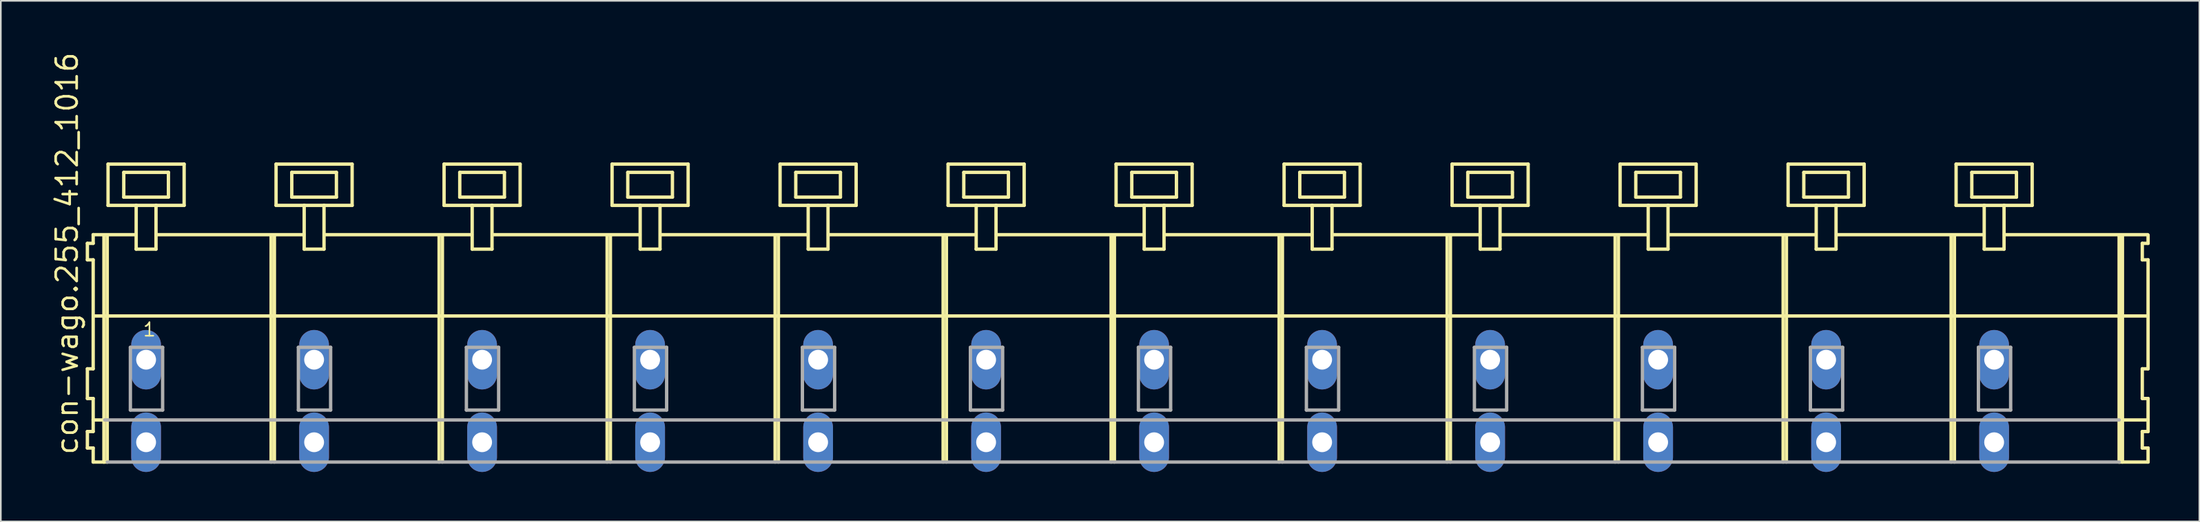
<source format=kicad_pcb>
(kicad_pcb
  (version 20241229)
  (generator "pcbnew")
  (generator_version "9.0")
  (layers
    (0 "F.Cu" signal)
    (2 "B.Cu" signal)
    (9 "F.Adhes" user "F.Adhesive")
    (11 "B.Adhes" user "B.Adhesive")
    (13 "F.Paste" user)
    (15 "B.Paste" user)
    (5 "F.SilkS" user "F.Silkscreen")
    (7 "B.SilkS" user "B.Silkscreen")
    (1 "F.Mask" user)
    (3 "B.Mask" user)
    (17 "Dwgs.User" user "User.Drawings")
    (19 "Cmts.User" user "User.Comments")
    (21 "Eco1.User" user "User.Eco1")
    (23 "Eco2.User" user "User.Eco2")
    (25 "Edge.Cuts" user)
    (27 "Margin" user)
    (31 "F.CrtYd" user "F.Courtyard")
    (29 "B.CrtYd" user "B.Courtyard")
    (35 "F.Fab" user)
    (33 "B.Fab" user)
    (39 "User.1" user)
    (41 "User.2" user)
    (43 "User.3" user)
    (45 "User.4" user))
  (footprint "con-wago.255_412_1016"
    (layer "F.Cu")
    (at 64.205 18.743)
    (property "Reference" "con-wago.255_412_1016" (at -62.455 5.855 90) (layer "F.SilkS") (effects (font (size 1.27 1.27) (thickness 0.16)) (justify left bottom)))
    (attr through_hole)
    (fp_line (start -61.97 -7.05) (end -61.97 -6.05) (stroke (width 0.203) (type default)) (layer "F.SilkS"))
    (fp_line (start -61.97 -6.05) (end -61.62 -6.05) (stroke (width 0.203) (type default)) (layer "F.SilkS"))
    (fp_line (start -61.97 0.55) (end -61.97 2.35) (stroke (width 0.203) (type default)) (layer "F.SilkS"))
    (fp_line (start -61.97 2.35) (end -61.62 2.35) (stroke (width 0.203) (type default)) (layer "F.SilkS"))
    (fp_line (start -61.97 4.35) (end -61.97 5.35) (stroke (width 0.203) (type default)) (layer "F.SilkS"))
    (fp_line (start -61.97 5.35) (end -61.62 5.35) (stroke (width 0.203) (type default)) (layer "F.SilkS"))
    (fp_line (start -61.62 -7.575) (end -61.62 -7.05) (stroke (width 0.203) (type default)) (layer "F.SilkS"))
    (fp_line (start -61.62 -7.575) (end -59.045 -7.575) (stroke (width 0.203) (type default)) (layer "F.SilkS"))
    (fp_line (start -61.62 -7.05) (end -61.97 -7.05) (stroke (width 0.203) (type default)) (layer "F.SilkS"))
    (fp_line (start -61.62 -6.05) (end -61.62 0.55) (stroke (width 0.203) (type default)) (layer "F.SilkS"))
    (fp_line (start -61.62 0.55) (end -61.97 0.55) (stroke (width 0.203) (type default)) (layer "F.SilkS"))
    (fp_line (start -61.62 2.35) (end -61.62 4.35) (stroke (width 0.203) (type default)) (layer "F.SilkS"))
    (fp_line (start -61.62 3.65) (end -60.92 3.65) (stroke (width 0.203) (type default)) (layer "F.SilkS"))
    (fp_line (start -61.62 4.35) (end -61.97 4.35) (stroke (width 0.203) (type default)) (layer "F.SilkS"))
    (fp_line (start -61.62 5.35) (end -61.62 6.2) (stroke (width 0.203) (type default)) (layer "F.SilkS"))
    (fp_line (start -61.62 6.2) (end -60.97 6.2) (stroke (width 0.203) (type default)) (layer "F.SilkS"))
    (fp_line (start -61.57 -2.65) (end 62.6 -2.65) (stroke (width 0.203) (type default)) (layer "F.SilkS"))
    (fp_line (start -60.97 -7.55) (end -60.97 6.2) (stroke (width 0.203) (type default)) (layer "F.SilkS"))
    (fp_line (start -60.97 6.2) (end -60.77 6.2) (stroke (width 0.203) (type default)) (layer "F.SilkS"))
    (fp_line (start -60.77 -7.55) (end -60.77 6.2) (stroke (width 0.203) (type default)) (layer "F.SilkS"))
    (fp_line (start -60.72 -11.85) (end -60.72 -9.35) (stroke (width 0.203) (type default)) (layer "F.SilkS"))
    (fp_line (start -60.72 -9.35) (end -59.02 -9.35) (stroke (width 0.203) (type default)) (layer "F.SilkS"))
    (fp_line (start -59.77 -11.35) (end -59.77 -9.85) (stroke (width 0.203) (type default)) (layer "F.SilkS"))
    (fp_line (start -59.77 -9.85) (end -57.07 -9.85) (stroke (width 0.203) (type default)) (layer "F.SilkS"))
    (fp_line (start -59.02 -9.35) (end -59.02 -6.7) (stroke (width 0.203) (type default)) (layer "F.SilkS"))
    (fp_line (start -59.02 -9.35) (end -57.82 -9.35) (stroke (width 0.203) (type default)) (layer "F.SilkS"))
    (fp_line (start -59.02 -6.7) (end -57.82 -6.7) (stroke (width 0.203) (type default)) (layer "F.SilkS"))
    (fp_line (start -57.82 -9.35) (end -56.12 -9.35) (stroke (width 0.203) (type default)) (layer "F.SilkS"))
    (fp_line (start -57.82 -6.7) (end -57.82 -9.35) (stroke (width 0.203) (type default)) (layer "F.SilkS"))
    (fp_line (start -57.795 -7.575) (end -48.881 -7.575) (stroke (width 0.203) (type default)) (layer "F.SilkS"))
    (fp_line (start -57.07 -11.35) (end -59.77 -11.35) (stroke (width 0.203) (type default)) (layer "F.SilkS"))
    (fp_line (start -57.07 -9.85) (end -57.07 -11.35) (stroke (width 0.203) (type default)) (layer "F.SilkS"))
    (fp_line (start -56.12 -11.85) (end -60.72 -11.85) (stroke (width 0.203) (type default)) (layer "F.SilkS"))
    (fp_line (start -56.12 -9.35) (end -56.12 -11.85) (stroke (width 0.203) (type default)) (layer "F.SilkS"))
    (fp_line (start -50.86 -7.55) (end -50.86 6.2) (stroke (width 0.203) (type default)) (layer "F.SilkS"))
    (fp_line (start -50.66 -7.55) (end -50.66 6.2) (stroke (width 0.203) (type default)) (layer "F.SilkS"))
    (fp_line (start -50.56 -11.85) (end -50.56 -9.35) (stroke (width 0.203) (type default)) (layer "F.SilkS"))
    (fp_line (start -50.56 -9.35) (end -48.86 -9.35) (stroke (width 0.203) (type default)) (layer "F.SilkS"))
    (fp_line (start -49.61 -11.35) (end -49.61 -9.85) (stroke (width 0.203) (type default)) (layer "F.SilkS"))
    (fp_line (start -49.61 -9.85) (end -46.91 -9.85) (stroke (width 0.203) (type default)) (layer "F.SilkS"))
    (fp_line (start -48.86 -9.35) (end -48.86 -6.7) (stroke (width 0.203) (type default)) (layer "F.SilkS"))
    (fp_line (start -48.86 -9.35) (end -47.66 -9.35) (stroke (width 0.203) (type default)) (layer "F.SilkS"))
    (fp_line (start -48.86 -6.7) (end -47.66 -6.7) (stroke (width 0.203) (type default)) (layer "F.SilkS"))
    (fp_line (start -47.66 -9.35) (end -45.96 -9.35) (stroke (width 0.203) (type default)) (layer "F.SilkS"))
    (fp_line (start -47.66 -6.7) (end -47.66 -9.35) (stroke (width 0.203) (type default)) (layer "F.SilkS"))
    (fp_line (start -47.635 -7.575) (end -38.721 -7.575) (stroke (width 0.203) (type default)) (layer "F.SilkS"))
    (fp_line (start -46.91 -11.35) (end -49.61 -11.35) (stroke (width 0.203) (type default)) (layer "F.SilkS"))
    (fp_line (start -46.91 -9.85) (end -46.91 -11.35) (stroke (width 0.203) (type default)) (layer "F.SilkS"))
    (fp_line (start -45.96 -11.85) (end -50.56 -11.85) (stroke (width 0.203) (type default)) (layer "F.SilkS"))
    (fp_line (start -45.96 -9.35) (end -45.96 -11.85) (stroke (width 0.203) (type default)) (layer "F.SilkS"))
    (fp_line (start -40.7 -7.55) (end -40.7 6.2) (stroke (width 0.203) (type default)) (layer "F.SilkS"))
    (fp_line (start -40.5 -7.55) (end -40.5 6.2) (stroke (width 0.203) (type default)) (layer "F.SilkS"))
    (fp_line (start -40.4 -11.85) (end -40.4 -9.35) (stroke (width 0.203) (type default)) (layer "F.SilkS"))
    (fp_line (start -40.4 -9.35) (end -38.7 -9.35) (stroke (width 0.203) (type default)) (layer "F.SilkS"))
    (fp_line (start -39.45 -11.35) (end -39.45 -9.85) (stroke (width 0.203) (type default)) (layer "F.SilkS"))
    (fp_line (start -39.45 -9.85) (end -36.75 -9.85) (stroke (width 0.203) (type default)) (layer "F.SilkS"))
    (fp_line (start -38.7 -9.35) (end -38.7 -6.7) (stroke (width 0.203) (type default)) (layer "F.SilkS"))
    (fp_line (start -38.7 -9.35) (end -37.5 -9.35) (stroke (width 0.203) (type default)) (layer "F.SilkS"))
    (fp_line (start -38.7 -6.7) (end -37.5 -6.7) (stroke (width 0.203) (type default)) (layer "F.SilkS"))
    (fp_line (start -37.5 -9.35) (end -35.8 -9.35) (stroke (width 0.203) (type default)) (layer "F.SilkS"))
    (fp_line (start -37.5 -6.7) (end -37.5 -9.35) (stroke (width 0.203) (type default)) (layer "F.SilkS"))
    (fp_line (start -37.475 -7.575) (end -28.561 -7.575) (stroke (width 0.203) (type default)) (layer "F.SilkS"))
    (fp_line (start -36.75 -11.35) (end -39.45 -11.35) (stroke (width 0.203) (type default)) (layer "F.SilkS"))
    (fp_line (start -36.75 -9.85) (end -36.75 -11.35) (stroke (width 0.203) (type default)) (layer "F.SilkS"))
    (fp_line (start -35.8 -11.85) (end -40.4 -11.85) (stroke (width 0.203) (type default)) (layer "F.SilkS"))
    (fp_line (start -35.8 -9.35) (end -35.8 -11.85) (stroke (width 0.203) (type default)) (layer "F.SilkS"))
    (fp_line (start -30.54 -7.55) (end -30.54 6.2) (stroke (width 0.203) (type default)) (layer "F.SilkS"))
    (fp_line (start -30.34 -7.55) (end -30.34 6.2) (stroke (width 0.203) (type default)) (layer "F.SilkS"))
    (fp_line (start -30.24 -11.85) (end -30.24 -9.35) (stroke (width 0.203) (type default)) (layer "F.SilkS"))
    (fp_line (start -30.24 -9.35) (end -28.54 -9.35) (stroke (width 0.203) (type default)) (layer "F.SilkS"))
    (fp_line (start -29.29 -11.35) (end -29.29 -9.85) (stroke (width 0.203) (type default)) (layer "F.SilkS"))
    (fp_line (start -29.29 -9.85) (end -26.59 -9.85) (stroke (width 0.203) (type default)) (layer "F.SilkS"))
    (fp_line (start -28.54 -9.35) (end -28.54 -6.7) (stroke (width 0.203) (type default)) (layer "F.SilkS"))
    (fp_line (start -28.54 -9.35) (end -27.34 -9.35) (stroke (width 0.203) (type default)) (layer "F.SilkS"))
    (fp_line (start -28.54 -6.7) (end -27.34 -6.7) (stroke (width 0.203) (type default)) (layer "F.SilkS"))
    (fp_line (start -27.34 -9.35) (end -25.64 -9.35) (stroke (width 0.203) (type default)) (layer "F.SilkS"))
    (fp_line (start -27.34 -6.7) (end -27.34 -9.35) (stroke (width 0.203) (type default)) (layer "F.SilkS"))
    (fp_line (start -27.315 -7.575) (end -18.401 -7.575) (stroke (width 0.203) (type default)) (layer "F.SilkS"))
    (fp_line (start -26.59 -11.35) (end -29.29 -11.35) (stroke (width 0.203) (type default)) (layer "F.SilkS"))
    (fp_line (start -26.59 -9.85) (end -26.59 -11.35) (stroke (width 0.203) (type default)) (layer "F.SilkS"))
    (fp_line (start -25.64 -11.85) (end -30.24 -11.85) (stroke (width 0.203) (type default)) (layer "F.SilkS"))
    (fp_line (start -25.64 -9.35) (end -25.64 -11.85) (stroke (width 0.203) (type default)) (layer "F.SilkS"))
    (fp_line (start -20.38 -7.55) (end -20.38 6.2) (stroke (width 0.203) (type default)) (layer "F.SilkS"))
    (fp_line (start -20.18 -7.55) (end -20.18 6.2) (stroke (width 0.203) (type default)) (layer "F.SilkS"))
    (fp_line (start -20.08 -11.85) (end -20.08 -9.35) (stroke (width 0.203) (type default)) (layer "F.SilkS"))
    (fp_line (start -20.08 -9.35) (end -18.38 -9.35) (stroke (width 0.203) (type default)) (layer "F.SilkS"))
    (fp_line (start -19.13 -11.35) (end -19.13 -9.85) (stroke (width 0.203) (type default)) (layer "F.SilkS"))
    (fp_line (start -19.13 -9.85) (end -16.43 -9.85) (stroke (width 0.203) (type default)) (layer "F.SilkS"))
    (fp_line (start -18.38 -9.35) (end -18.38 -6.7) (stroke (width 0.203) (type default)) (layer "F.SilkS"))
    (fp_line (start -18.38 -9.35) (end -17.18 -9.35) (stroke (width 0.203) (type default)) (layer "F.SilkS"))
    (fp_line (start -18.38 -6.7) (end -17.18 -6.7) (stroke (width 0.203) (type default)) (layer "F.SilkS"))
    (fp_line (start -17.18 -9.35) (end -15.48 -9.35) (stroke (width 0.203) (type default)) (layer "F.SilkS"))
    (fp_line (start -17.18 -6.7) (end -17.18 -9.35) (stroke (width 0.203) (type default)) (layer "F.SilkS"))
    (fp_line (start -17.155 -7.575) (end -8.241 -7.575) (stroke (width 0.203) (type default)) (layer "F.SilkS"))
    (fp_line (start -16.43 -11.35) (end -19.13 -11.35) (stroke (width 0.203) (type default)) (layer "F.SilkS"))
    (fp_line (start -16.43 -9.85) (end -16.43 -11.35) (stroke (width 0.203) (type default)) (layer "F.SilkS"))
    (fp_line (start -15.48 -11.85) (end -20.08 -11.85) (stroke (width 0.203) (type default)) (layer "F.SilkS"))
    (fp_line (start -15.48 -9.35) (end -15.48 -11.85) (stroke (width 0.203) (type default)) (layer "F.SilkS"))
    (fp_line (start -10.22 -7.55) (end -10.22 6.2) (stroke (width 0.203) (type default)) (layer "F.SilkS"))
    (fp_line (start -10.02 -7.55) (end -10.02 6.2) (stroke (width 0.203) (type default)) (layer "F.SilkS"))
    (fp_line (start -9.92 -11.85) (end -9.92 -9.35) (stroke (width 0.203) (type default)) (layer "F.SilkS"))
    (fp_line (start -9.92 -9.35) (end -8.22 -9.35) (stroke (width 0.203) (type default)) (layer "F.SilkS"))
    (fp_line (start -8.97 -11.35) (end -8.97 -9.85) (stroke (width 0.203) (type default)) (layer "F.SilkS"))
    (fp_line (start -8.97 -9.85) (end -6.27 -9.85) (stroke (width 0.203) (type default)) (layer "F.SilkS"))
    (fp_line (start -8.22 -9.35) (end -8.22 -6.7) (stroke (width 0.203) (type default)) (layer "F.SilkS"))
    (fp_line (start -8.22 -9.35) (end -7.02 -9.35) (stroke (width 0.203) (type default)) (layer "F.SilkS"))
    (fp_line (start -8.22 -6.7) (end -7.02 -6.7) (stroke (width 0.203) (type default)) (layer "F.SilkS"))
    (fp_line (start -7.02 -9.35) (end -5.32 -9.35) (stroke (width 0.203) (type default)) (layer "F.SilkS"))
    (fp_line (start -7.02 -6.7) (end -7.02 -9.35) (stroke (width 0.203) (type default)) (layer "F.SilkS"))
    (fp_line (start -6.995 -7.575) (end 1.919 -7.575) (stroke (width 0.203) (type default)) (layer "F.SilkS"))
    (fp_line (start -6.27 -11.35) (end -8.97 -11.35) (stroke (width 0.203) (type default)) (layer "F.SilkS"))
    (fp_line (start -6.27 -9.85) (end -6.27 -11.35) (stroke (width 0.203) (type default)) (layer "F.SilkS"))
    (fp_line (start -5.32 -11.85) (end -9.92 -11.85) (stroke (width 0.203) (type default)) (layer "F.SilkS"))
    (fp_line (start -5.32 -9.35) (end -5.32 -11.85) (stroke (width 0.203) (type default)) (layer "F.SilkS"))
    (fp_line (start -0.06 -7.55) (end -0.06 6.2) (stroke (width 0.203) (type default)) (layer "F.SilkS"))
    (fp_line (start 0.14 -7.55) (end 0.14 6.2) (stroke (width 0.203) (type default)) (layer "F.SilkS"))
    (fp_line (start 0.24 -11.85) (end 0.24 -9.35) (stroke (width 0.203) (type default)) (layer "F.SilkS"))
    (fp_line (start 0.24 -9.35) (end 1.94 -9.35) (stroke (width 0.203) (type default)) (layer "F.SilkS"))
    (fp_line (start 1.19 -11.35) (end 1.19 -9.85) (stroke (width 0.203) (type default)) (layer "F.SilkS"))
    (fp_line (start 1.19 -9.85) (end 3.89 -9.85) (stroke (width 0.203) (type default)) (layer "F.SilkS"))
    (fp_line (start 1.94 -9.35) (end 1.94 -6.7) (stroke (width 0.203) (type default)) (layer "F.SilkS"))
    (fp_line (start 1.94 -9.35) (end 3.14 -9.35) (stroke (width 0.203) (type default)) (layer "F.SilkS"))
    (fp_line (start 1.94 -6.7) (end 3.14 -6.7) (stroke (width 0.203) (type default)) (layer "F.SilkS"))
    (fp_line (start 3.14 -9.35) (end 4.84 -9.35) (stroke (width 0.203) (type default)) (layer "F.SilkS"))
    (fp_line (start 3.14 -6.7) (end 3.14 -9.35) (stroke (width 0.203) (type default)) (layer "F.SilkS"))
    (fp_line (start 3.165 -7.575) (end 12.079 -7.575) (stroke (width 0.203) (type default)) (layer "F.SilkS"))
    (fp_line (start 3.89 -11.35) (end 1.19 -11.35) (stroke (width 0.203) (type default)) (layer "F.SilkS"))
    (fp_line (start 3.89 -9.85) (end 3.89 -11.35) (stroke (width 0.203) (type default)) (layer "F.SilkS"))
    (fp_line (start 4.84 -11.85) (end 0.24 -11.85) (stroke (width 0.203) (type default)) (layer "F.SilkS"))
    (fp_line (start 4.84 -9.35) (end 4.84 -11.85) (stroke (width 0.203) (type default)) (layer "F.SilkS"))
    (fp_line (start 10.1 -7.55) (end 10.1 6.2) (stroke (width 0.203) (type default)) (layer "F.SilkS"))
    (fp_line (start 10.3 -7.55) (end 10.3 6.2) (stroke (width 0.203) (type default)) (layer "F.SilkS"))
    (fp_line (start 10.4 -11.85) (end 10.4 -9.35) (stroke (width 0.203) (type default)) (layer "F.SilkS"))
    (fp_line (start 10.4 -9.35) (end 12.1 -9.35) (stroke (width 0.203) (type default)) (layer "F.SilkS"))
    (fp_line (start 11.35 -11.35) (end 11.35 -9.85) (stroke (width 0.203) (type default)) (layer "F.SilkS"))
    (fp_line (start 11.35 -9.85) (end 14.05 -9.85) (stroke (width 0.203) (type default)) (layer "F.SilkS"))
    (fp_line (start 12.1 -9.35) (end 12.1 -6.7) (stroke (width 0.203) (type default)) (layer "F.SilkS"))
    (fp_line (start 12.1 -9.35) (end 13.3 -9.35) (stroke (width 0.203) (type default)) (layer "F.SilkS"))
    (fp_line (start 12.1 -6.7) (end 13.3 -6.7) (stroke (width 0.203) (type default)) (layer "F.SilkS"))
    (fp_line (start 13.3 -9.35) (end 15 -9.35) (stroke (width 0.203) (type default)) (layer "F.SilkS"))
    (fp_line (start 13.3 -6.7) (end 13.3 -9.35) (stroke (width 0.203) (type default)) (layer "F.SilkS"))
    (fp_line (start 13.325 -7.575) (end 22.239 -7.575) (stroke (width 0.203) (type default)) (layer "F.SilkS"))
    (fp_line (start 14.05 -11.35) (end 11.35 -11.35) (stroke (width 0.203) (type default)) (layer "F.SilkS"))
    (fp_line (start 14.05 -9.85) (end 14.05 -11.35) (stroke (width 0.203) (type default)) (layer "F.SilkS"))
    (fp_line (start 15 -11.85) (end 10.4 -11.85) (stroke (width 0.203) (type default)) (layer "F.SilkS"))
    (fp_line (start 15 -9.35) (end 15 -11.85) (stroke (width 0.203) (type default)) (layer "F.SilkS"))
    (fp_line (start 20.26 -7.55) (end 20.26 6.2) (stroke (width 0.203) (type default)) (layer "F.SilkS"))
    (fp_line (start 20.46 -7.55) (end 20.46 6.2) (stroke (width 0.203) (type default)) (layer "F.SilkS"))
    (fp_line (start 20.56 -11.85) (end 20.56 -9.35) (stroke (width 0.203) (type default)) (layer "F.SilkS"))
    (fp_line (start 20.56 -9.35) (end 22.26 -9.35) (stroke (width 0.203) (type default)) (layer "F.SilkS"))
    (fp_line (start 21.51 -11.35) (end 21.51 -9.85) (stroke (width 0.203) (type default)) (layer "F.SilkS"))
    (fp_line (start 21.51 -9.85) (end 24.21 -9.85) (stroke (width 0.203) (type default)) (layer "F.SilkS"))
    (fp_line (start 22.26 -9.35) (end 22.26 -6.7) (stroke (width 0.203) (type default)) (layer "F.SilkS"))
    (fp_line (start 22.26 -9.35) (end 23.46 -9.35) (stroke (width 0.203) (type default)) (layer "F.SilkS"))
    (fp_line (start 22.26 -6.7) (end 23.46 -6.7) (stroke (width 0.203) (type default)) (layer "F.SilkS"))
    (fp_line (start 23.46 -9.35) (end 25.16 -9.35) (stroke (width 0.203) (type default)) (layer "F.SilkS"))
    (fp_line (start 23.46 -6.7) (end 23.46 -9.35) (stroke (width 0.203) (type default)) (layer "F.SilkS"))
    (fp_line (start 23.485 -7.575) (end 32.399 -7.575) (stroke (width 0.203) (type default)) (layer "F.SilkS"))
    (fp_line (start 24.21 -11.35) (end 21.51 -11.35) (stroke (width 0.203) (type default)) (layer "F.SilkS"))
    (fp_line (start 24.21 -9.85) (end 24.21 -11.35) (stroke (width 0.203) (type default)) (layer "F.SilkS"))
    (fp_line (start 25.16 -11.85) (end 20.56 -11.85) (stroke (width 0.203) (type default)) (layer "F.SilkS"))
    (fp_line (start 25.16 -9.35) (end 25.16 -11.85) (stroke (width 0.203) (type default)) (layer "F.SilkS"))
    (fp_line (start 30.42 -7.55) (end 30.42 6.2) (stroke (width 0.203) (type default)) (layer "F.SilkS"))
    (fp_line (start 30.62 -7.55) (end 30.62 6.2) (stroke (width 0.203) (type default)) (layer "F.SilkS"))
    (fp_line (start 30.72 -11.85) (end 30.72 -9.35) (stroke (width 0.203) (type default)) (layer "F.SilkS"))
    (fp_line (start 30.72 -9.35) (end 32.42 -9.35) (stroke (width 0.203) (type default)) (layer "F.SilkS"))
    (fp_line (start 31.67 -11.35) (end 31.67 -9.85) (stroke (width 0.203) (type default)) (layer "F.SilkS"))
    (fp_line (start 31.67 -9.85) (end 34.37 -9.85) (stroke (width 0.203) (type default)) (layer "F.SilkS"))
    (fp_line (start 32.42 -9.35) (end 32.42 -6.7) (stroke (width 0.203) (type default)) (layer "F.SilkS"))
    (fp_line (start 32.42 -9.35) (end 33.62 -9.35) (stroke (width 0.203) (type default)) (layer "F.SilkS"))
    (fp_line (start 32.42 -6.7) (end 33.62 -6.7) (stroke (width 0.203) (type default)) (layer "F.SilkS"))
    (fp_line (start 33.62 -9.35) (end 35.32 -9.35) (stroke (width 0.203) (type default)) (layer "F.SilkS"))
    (fp_line (start 33.62 -6.7) (end 33.62 -9.35) (stroke (width 0.203) (type default)) (layer "F.SilkS"))
    (fp_line (start 33.645 -7.575) (end 42.559 -7.575) (stroke (width 0.203) (type default)) (layer "F.SilkS"))
    (fp_line (start 34.37 -11.35) (end 31.67 -11.35) (stroke (width 0.203) (type default)) (layer "F.SilkS"))
    (fp_line (start 34.37 -9.85) (end 34.37 -11.35) (stroke (width 0.203) (type default)) (layer "F.SilkS"))
    (fp_line (start 35.32 -11.85) (end 30.72 -11.85) (stroke (width 0.203) (type default)) (layer "F.SilkS"))
    (fp_line (start 35.32 -9.35) (end 35.32 -11.85) (stroke (width 0.203) (type default)) (layer "F.SilkS"))
    (fp_line (start 40.58 -7.55) (end 40.58 6.2) (stroke (width 0.203) (type default)) (layer "F.SilkS"))
    (fp_line (start 40.78 -7.55) (end 40.78 6.2) (stroke (width 0.203) (type default)) (layer "F.SilkS"))
    (fp_line (start 40.88 -11.85) (end 40.88 -9.35) (stroke (width 0.203) (type default)) (layer "F.SilkS"))
    (fp_line (start 40.88 -9.35) (end 42.58 -9.35) (stroke (width 0.203) (type default)) (layer "F.SilkS"))
    (fp_line (start 41.83 -11.35) (end 41.83 -9.85) (stroke (width 0.203) (type default)) (layer "F.SilkS"))
    (fp_line (start 41.83 -9.85) (end 44.53 -9.85) (stroke (width 0.203) (type default)) (layer "F.SilkS"))
    (fp_line (start 42.58 -9.35) (end 42.58 -6.7) (stroke (width 0.203) (type default)) (layer "F.SilkS"))
    (fp_line (start 42.58 -9.35) (end 43.78 -9.35) (stroke (width 0.203) (type default)) (layer "F.SilkS"))
    (fp_line (start 42.58 -6.7) (end 43.78 -6.7) (stroke (width 0.203) (type default)) (layer "F.SilkS"))
    (fp_line (start 43.78 -9.35) (end 45.48 -9.35) (stroke (width 0.203) (type default)) (layer "F.SilkS"))
    (fp_line (start 43.78 -6.7) (end 43.78 -9.35) (stroke (width 0.203) (type default)) (layer "F.SilkS"))
    (fp_line (start 43.805 -7.575) (end 52.719 -7.575) (stroke (width 0.203) (type default)) (layer "F.SilkS"))
    (fp_line (start 44.53 -11.35) (end 41.83 -11.35) (stroke (width 0.203) (type default)) (layer "F.SilkS"))
    (fp_line (start 44.53 -9.85) (end 44.53 -11.35) (stroke (width 0.203) (type default)) (layer "F.SilkS"))
    (fp_line (start 45.48 -11.85) (end 40.88 -11.85) (stroke (width 0.203) (type default)) (layer "F.SilkS"))
    (fp_line (start 45.48 -9.35) (end 45.48 -11.85) (stroke (width 0.203) (type default)) (layer "F.SilkS"))
    (fp_line (start 50.74 -7.55) (end 50.74 6.2) (stroke (width 0.203) (type default)) (layer "F.SilkS"))
    (fp_line (start 50.94 -7.55) (end 50.94 6.2) (stroke (width 0.203) (type default)) (layer "F.SilkS"))
    (fp_line (start 51.04 -11.85) (end 51.04 -9.35) (stroke (width 0.203) (type default)) (layer "F.SilkS"))
    (fp_line (start 51.04 -9.35) (end 52.74 -9.35) (stroke (width 0.203) (type default)) (layer "F.SilkS"))
    (fp_line (start 51.99 -11.35) (end 51.99 -9.85) (stroke (width 0.203) (type default)) (layer "F.SilkS"))
    (fp_line (start 51.99 -9.85) (end 54.69 -9.85) (stroke (width 0.203) (type default)) (layer "F.SilkS"))
    (fp_line (start 52.74 -9.35) (end 52.74 -6.7) (stroke (width 0.203) (type default)) (layer "F.SilkS"))
    (fp_line (start 52.74 -9.35) (end 53.94 -9.35) (stroke (width 0.203) (type default)) (layer "F.SilkS"))
    (fp_line (start 52.74 -6.7) (end 53.94 -6.7) (stroke (width 0.203) (type default)) (layer "F.SilkS"))
    (fp_line (start 53.94 -9.35) (end 55.64 -9.35) (stroke (width 0.203) (type default)) (layer "F.SilkS"))
    (fp_line (start 53.94 -6.7) (end 53.94 -9.35) (stroke (width 0.203) (type default)) (layer "F.SilkS"))
    (fp_line (start 53.965 -7.575) (end 62.625 -7.575) (stroke (width 0.203) (type default)) (layer "F.SilkS"))
    (fp_line (start 54.69 -11.35) (end 51.99 -11.35) (stroke (width 0.203) (type default)) (layer "F.SilkS"))
    (fp_line (start 54.69 -9.85) (end 54.69 -11.35) (stroke (width 0.203) (type default)) (layer "F.SilkS"))
    (fp_line (start 55.64 -11.85) (end 51.04 -11.85) (stroke (width 0.203) (type default)) (layer "F.SilkS"))
    (fp_line (start 55.64 -9.35) (end 55.64 -11.85) (stroke (width 0.203) (type default)) (layer "F.SilkS"))
    (fp_line (start 60.9 -7.55) (end 60.9 6.2) (stroke (width 0.203) (type default)) (layer "F.SilkS"))
    (fp_line (start 60.9 6.2) (end 62.65 6.2) (stroke (width 0.203) (type default)) (layer "F.SilkS"))
    (fp_line (start 60.95 3.65) (end 62.65 3.65) (stroke (width 0.203) (type default)) (layer "F.SilkS"))
    (fp_line (start 61.1 -7.55) (end 61.1 6.2) (stroke (width 0.203) (type default)) (layer "F.SilkS"))
    (fp_line (start 62.3 -7.05) (end 62.3 -6.05) (stroke (width 0.203) (type default)) (layer "F.SilkS"))
    (fp_line (start 62.3 -6.05) (end 62.65 -6.05) (stroke (width 0.203) (type default)) (layer "F.SilkS"))
    (fp_line (start 62.3 0.55) (end 62.3 2.35) (stroke (width 0.203) (type default)) (layer "F.SilkS"))
    (fp_line (start 62.3 2.35) (end 62.65 2.35) (stroke (width 0.203) (type default)) (layer "F.SilkS"))
    (fp_line (start 62.3 4.35) (end 62.3 5.35) (stroke (width 0.203) (type default)) (layer "F.SilkS"))
    (fp_line (start 62.3 5.35) (end 62.65 5.35) (stroke (width 0.203) (type default)) (layer "F.SilkS"))
    (fp_line (start 62.65 -7.05) (end 62.3 -7.05) (stroke (width 0.203) (type default)) (layer "F.SilkS"))
    (fp_line (start 62.65 -7.05) (end 62.65 -7.55) (stroke (width 0.203) (type default)) (layer "F.SilkS"))
    (fp_line (start 62.65 0.55) (end 62.3 0.55) (stroke (width 0.203) (type default)) (layer "F.SilkS"))
    (fp_line (start 62.65 0.55) (end 62.65 -6.05) (stroke (width 0.203) (type default)) (layer "F.SilkS"))
    (fp_line (start 62.65 3.65) (end 62.65 2.35) (stroke (width 0.203) (type default)) (layer "F.SilkS"))
    (fp_line (start 62.65 4.35) (end 62.3 4.35) (stroke (width 0.203) (type default)) (layer "F.SilkS"))
    (fp_line (start 62.65 4.35) (end 62.65 3.65) (stroke (width 0.203) (type default)) (layer "F.SilkS"))
    (fp_line (start 62.65 6.2) (end 62.65 5.35) (stroke (width 0.203) (type default)) (layer "F.SilkS"))
    (fp_line (start -60.92 3.65) (end 60.9 3.65) (stroke (width 0.203) (type default)) (layer "F.Fab"))
    (fp_line (start -60.77 6.2) (end 60.9 6.2) (stroke (width 0.203) (type default)) (layer "F.Fab"))
    (fp_line (start -59.37 -0.75) (end -59.37 3.05) (stroke (width 0.203) (type default)) (layer "F.Fab"))
    (fp_line (start -59.37 3.05) (end -57.42 3.05) (stroke (width 0.203) (type default)) (layer "F.Fab"))
    (fp_line (start -57.42 -0.75) (end -59.37 -0.75) (stroke (width 0.203) (type default)) (layer "F.Fab"))
    (fp_line (start -57.42 3.05) (end -57.42 -0.75) (stroke (width 0.203) (type default)) (layer "F.Fab"))
    (fp_line (start -49.21 -0.75) (end -49.21 3.05) (stroke (width 0.203) (type default)) (layer "F.Fab"))
    (fp_line (start -49.21 3.05) (end -47.26 3.05) (stroke (width 0.203) (type default)) (layer "F.Fab"))
    (fp_line (start -47.26 -0.75) (end -49.21 -0.75) (stroke (width 0.203) (type default)) (layer "F.Fab"))
    (fp_line (start -47.26 3.05) (end -47.26 -0.75) (stroke (width 0.203) (type default)) (layer "F.Fab"))
    (fp_line (start -39.05 -0.75) (end -39.05 3.05) (stroke (width 0.203) (type default)) (layer "F.Fab"))
    (fp_line (start -39.05 3.05) (end -37.1 3.05) (stroke (width 0.203) (type default)) (layer "F.Fab"))
    (fp_line (start -37.1 -0.75) (end -39.05 -0.75) (stroke (width 0.203) (type default)) (layer "F.Fab"))
    (fp_line (start -37.1 3.05) (end -37.1 -0.75) (stroke (width 0.203) (type default)) (layer "F.Fab"))
    (fp_line (start -28.89 -0.75) (end -28.89 3.05) (stroke (width 0.203) (type default)) (layer "F.Fab"))
    (fp_line (start -28.89 3.05) (end -26.94 3.05) (stroke (width 0.203) (type default)) (layer "F.Fab"))
    (fp_line (start -26.94 -0.75) (end -28.89 -0.75) (stroke (width 0.203) (type default)) (layer "F.Fab"))
    (fp_line (start -26.94 3.05) (end -26.94 -0.75) (stroke (width 0.203) (type default)) (layer "F.Fab"))
    (fp_line (start -18.73 -0.75) (end -18.73 3.05) (stroke (width 0.203) (type default)) (layer "F.Fab"))
    (fp_line (start -18.73 3.05) (end -16.78 3.05) (stroke (width 0.203) (type default)) (layer "F.Fab"))
    (fp_line (start -16.78 -0.75) (end -18.73 -0.75) (stroke (width 0.203) (type default)) (layer "F.Fab"))
    (fp_line (start -16.78 3.05) (end -16.78 -0.75) (stroke (width 0.203) (type default)) (layer "F.Fab"))
    (fp_line (start -8.57 -0.75) (end -8.57 3.05) (stroke (width 0.203) (type default)) (layer "F.Fab"))
    (fp_line (start -8.57 3.05) (end -6.62 3.05) (stroke (width 0.203) (type default)) (layer "F.Fab"))
    (fp_line (start -6.62 -0.75) (end -8.57 -0.75) (stroke (width 0.203) (type default)) (layer "F.Fab"))
    (fp_line (start -6.62 3.05) (end -6.62 -0.75) (stroke (width 0.203) (type default)) (layer "F.Fab"))
    (fp_line (start 1.59 -0.75) (end 1.59 3.05) (stroke (width 0.203) (type default)) (layer "F.Fab"))
    (fp_line (start 1.59 3.05) (end 3.54 3.05) (stroke (width 0.203) (type default)) (layer "F.Fab"))
    (fp_line (start 3.54 -0.75) (end 1.59 -0.75) (stroke (width 0.203) (type default)) (layer "F.Fab"))
    (fp_line (start 3.54 3.05) (end 3.54 -0.75) (stroke (width 0.203) (type default)) (layer "F.Fab"))
    (fp_line (start 11.75 -0.75) (end 11.75 3.05) (stroke (width 0.203) (type default)) (layer "F.Fab"))
    (fp_line (start 11.75 3.05) (end 13.7 3.05) (stroke (width 0.203) (type default)) (layer "F.Fab"))
    (fp_line (start 13.7 -0.75) (end 11.75 -0.75) (stroke (width 0.203) (type default)) (layer "F.Fab"))
    (fp_line (start 13.7 3.05) (end 13.7 -0.75) (stroke (width 0.203) (type default)) (layer "F.Fab"))
    (fp_line (start 21.91 -0.75) (end 21.91 3.05) (stroke (width 0.203) (type default)) (layer "F.Fab"))
    (fp_line (start 21.91 3.05) (end 23.86 3.05) (stroke (width 0.203) (type default)) (layer "F.Fab"))
    (fp_line (start 23.86 -0.75) (end 21.91 -0.75) (stroke (width 0.203) (type default)) (layer "F.Fab"))
    (fp_line (start 23.86 3.05) (end 23.86 -0.75) (stroke (width 0.203) (type default)) (layer "F.Fab"))
    (fp_line (start 32.07 -0.75) (end 32.07 3.05) (stroke (width 0.203) (type default)) (layer "F.Fab"))
    (fp_line (start 32.07 3.05) (end 34.02 3.05) (stroke (width 0.203) (type default)) (layer "F.Fab"))
    (fp_line (start 34.02 -0.75) (end 32.07 -0.75) (stroke (width 0.203) (type default)) (layer "F.Fab"))
    (fp_line (start 34.02 3.05) (end 34.02 -0.75) (stroke (width 0.203) (type default)) (layer "F.Fab"))
    (fp_line (start 42.23 -0.75) (end 42.23 3.05) (stroke (width 0.203) (type default)) (layer "F.Fab"))
    (fp_line (start 42.23 3.05) (end 44.18 3.05) (stroke (width 0.203) (type default)) (layer "F.Fab"))
    (fp_line (start 44.18 -0.75) (end 42.23 -0.75) (stroke (width 0.203) (type default)) (layer "F.Fab"))
    (fp_line (start 44.18 3.05) (end 44.18 -0.75) (stroke (width 0.203) (type default)) (layer "F.Fab"))
    (fp_line (start 52.39 -0.75) (end 52.39 3.05) (stroke (width 0.203) (type default)) (layer "F.Fab"))
    (fp_line (start 52.39 3.05) (end 54.34 3.05) (stroke (width 0.203) (type default)) (layer "F.Fab"))
    (fp_line (start 54.34 -0.75) (end 52.39 -0.75) (stroke (width 0.203) (type default)) (layer "F.Fab"))
    (fp_line (start 54.34 3.05) (end 54.34 -0.75) (stroke (width 0.203) (type default)) (layer "F.Fab"))
    (fp_text user "1" (at -58.67 -1.35 0) (layer "F.SilkS") (effects (font (size 0.813 0.813) (thickness 0.1)) (justify left bottom)))
    (pad "A1" thru_hole oval (at -58.42 0 90) (size 3.6 1.8) (drill 1.2) (layers "*.Cu" "*.Mask"))
    (pad "A2" thru_hole oval (at -48.26 0 90) (size 3.6 1.8) (drill 1.2) (layers "*.Cu" "*.Mask"))
    (pad "A3" thru_hole oval (at -38.1 0 90) (size 3.6 1.8) (drill 1.2) (layers "*.Cu" "*.Mask"))
    (pad "A4" thru_hole oval (at -27.94 0 90) (size 3.6 1.8) (drill 1.2) (layers "*.Cu" "*.Mask"))
    (pad "A5" thru_hole oval (at -17.78 0 90) (size 3.6 1.8) (drill 1.2) (layers "*.Cu" "*.Mask"))
    (pad "A6" thru_hole oval (at -7.62 0 90) (size 3.6 1.8) (drill 1.2) (layers "*.Cu" "*.Mask"))
    (pad "A7" thru_hole oval (at 2.54 0 90) (size 3.6 1.8) (drill 1.2) (layers "*.Cu" "*.Mask"))
    (pad "A8" thru_hole oval (at 12.7 0 90) (size 3.6 1.8) (drill 1.2) (layers "*.Cu" "*.Mask"))
    (pad "A9" thru_hole oval (at 22.86 0 90) (size 3.6 1.8) (drill 1.2) (layers "*.Cu" "*.Mask"))
    (pad "A10" thru_hole oval (at 33.02 0 90) (size 3.6 1.8) (drill 1.2) (layers "*.Cu" "*.Mask"))
    (pad "A11" thru_hole oval (at 43.18 0 90) (size 3.6 1.8) (drill 1.2) (layers "*.Cu" "*.Mask"))
    (pad "A12" thru_hole oval (at 53.34 0 90) (size 3.6 1.8) (drill 1.2) (layers "*.Cu" "*.Mask"))
    (pad "B1" thru_hole oval (at -58.42 5 90) (size 3.6 1.8) (drill 1.2) (layers "*.Cu" "*.Mask"))
    (pad "B2" thru_hole oval (at -48.26 5 90) (size 3.6 1.8) (drill 1.2) (layers "*.Cu" "*.Mask"))
    (pad "B3" thru_hole oval (at -38.1 5 90) (size 3.6 1.8) (drill 1.2) (layers "*.Cu" "*.Mask"))
    (pad "B4" thru_hole oval (at -27.94 5 90) (size 3.6 1.8) (drill 1.2) (layers "*.Cu" "*.Mask"))
    (pad "B5" thru_hole oval (at -17.78 5 90) (size 3.6 1.8) (drill 1.2) (layers "*.Cu" "*.Mask"))
    (pad "B6" thru_hole oval (at -7.62 5 90) (size 3.6 1.8) (drill 1.2) (layers "*.Cu" "*.Mask"))
    (pad "B7" thru_hole oval (at 2.54 5 90) (size 3.6 1.8) (drill 1.2) (layers "*.Cu" "*.Mask"))
    (pad "B8" thru_hole oval (at 12.7 5 90) (size 3.6 1.8) (drill 1.2) (layers "*.Cu" "*.Mask"))
    (pad "B9" thru_hole oval (at 22.86 5 90) (size 3.6 1.8) (drill 1.2) (layers "*.Cu" "*.Mask"))
    (pad "B10" thru_hole oval (at 33.02 5 90) (size 3.6 1.8) (drill 1.2) (layers "*.Cu" "*.Mask"))
    (pad "B11" thru_hole oval (at 43.18 5 90) (size 3.6 1.8) (drill 1.2) (layers "*.Cu" "*.Mask"))
    (pad "B12" thru_hole oval (at 53.34 5 90) (size 3.6 1.8) (drill 1.2) (layers "*.Cu" "*.Mask")))
  (gr_rect
    (start -3 -3)
    (end 129.957 28.543)
    (stroke (width 0.1) (type default))
    (fill no)
    (layer "Edge.Cuts")))
</source>
